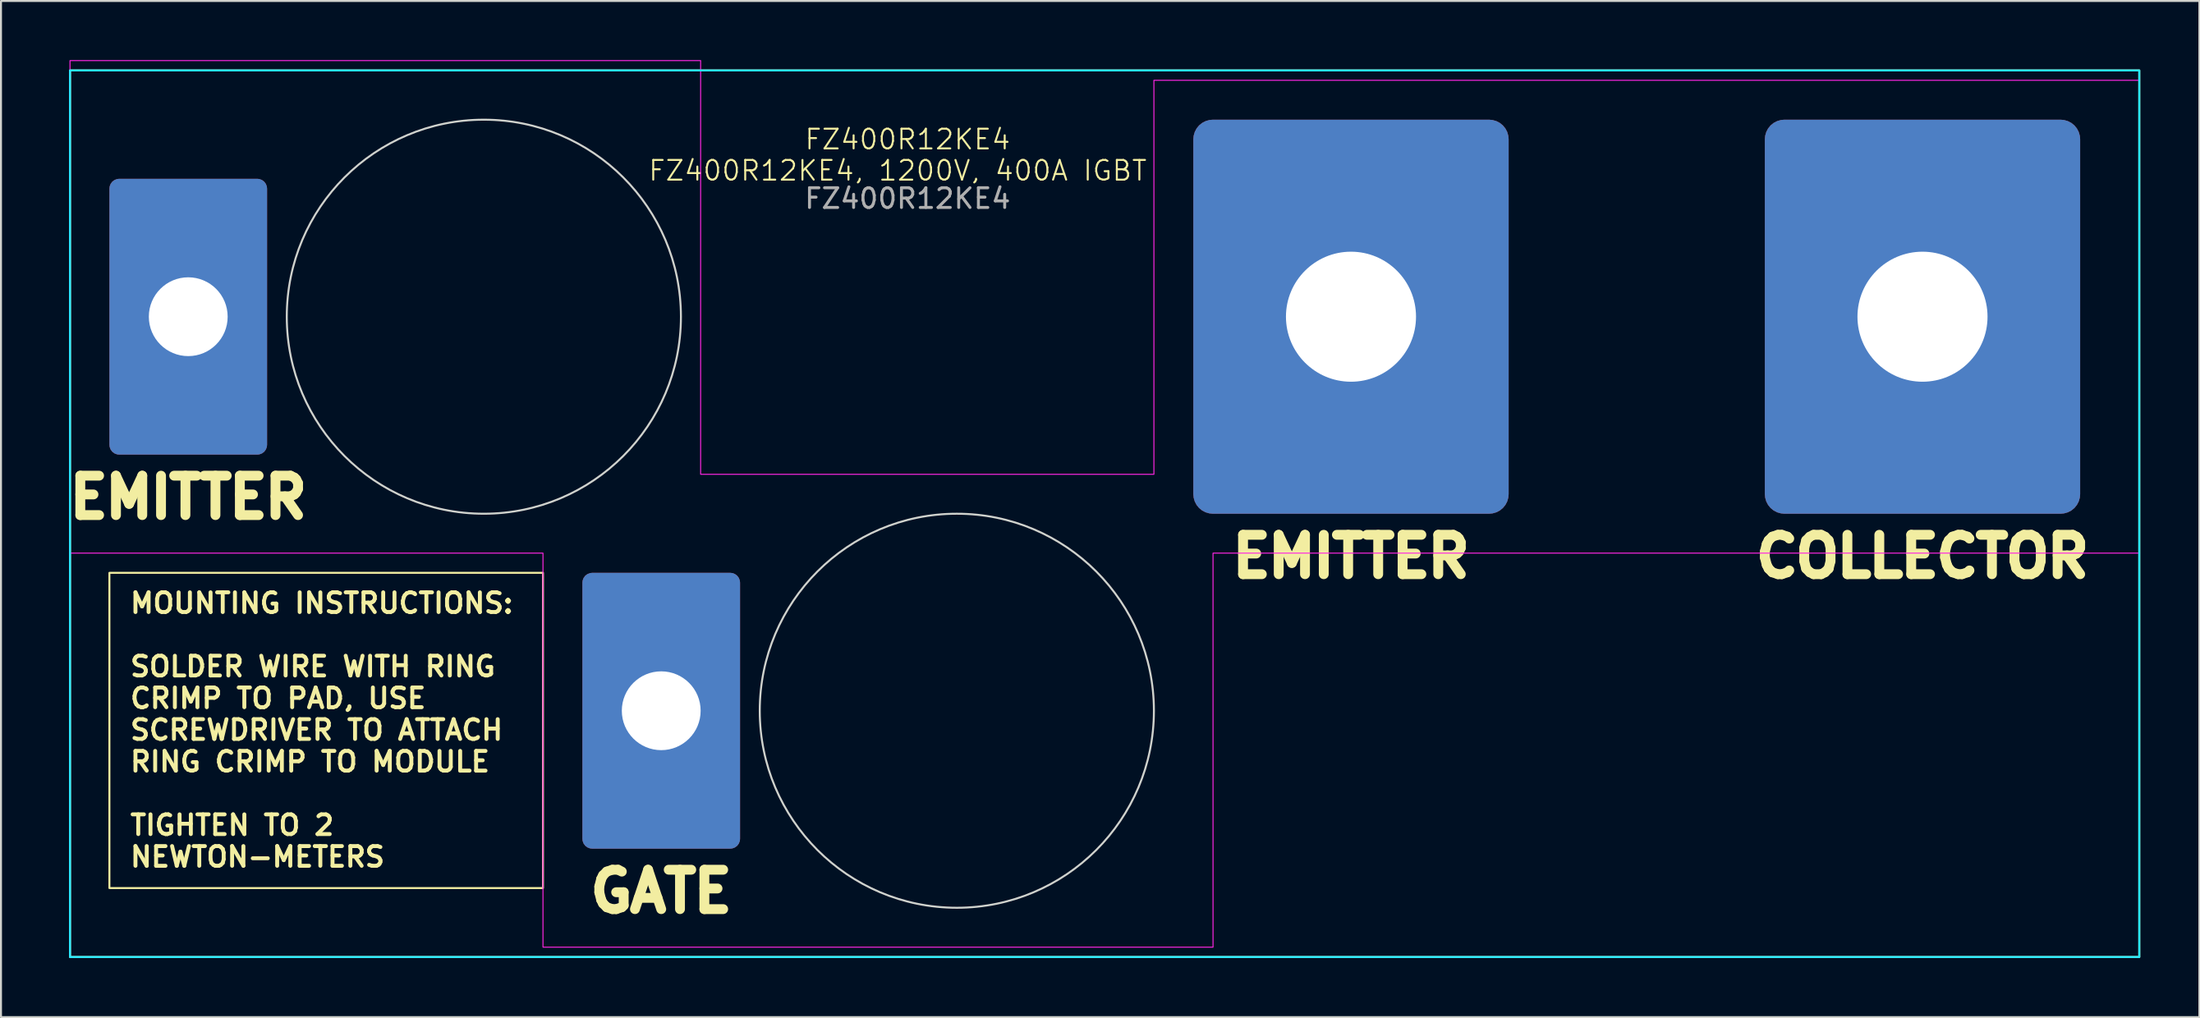
<source format=kicad_pcb>
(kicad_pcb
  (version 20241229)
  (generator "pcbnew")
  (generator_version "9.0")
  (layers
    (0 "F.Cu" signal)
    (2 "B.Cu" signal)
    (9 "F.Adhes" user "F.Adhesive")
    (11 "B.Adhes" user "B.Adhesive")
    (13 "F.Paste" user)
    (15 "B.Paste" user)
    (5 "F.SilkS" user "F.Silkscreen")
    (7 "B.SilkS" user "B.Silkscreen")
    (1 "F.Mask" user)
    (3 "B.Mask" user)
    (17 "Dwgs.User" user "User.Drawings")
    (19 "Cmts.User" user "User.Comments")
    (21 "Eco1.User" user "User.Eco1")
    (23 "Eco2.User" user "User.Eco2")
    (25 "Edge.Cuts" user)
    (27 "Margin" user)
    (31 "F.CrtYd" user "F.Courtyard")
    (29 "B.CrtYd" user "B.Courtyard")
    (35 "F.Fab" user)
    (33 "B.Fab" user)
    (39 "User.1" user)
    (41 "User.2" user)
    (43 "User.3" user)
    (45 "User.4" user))
  (footprint "FZ400R12KE4"
    (layer "F.Cu")
    (at 65.502 13.025)
    (property "Reference" "FZ400R12KE4" (at -22.5 -9 0) (unlocked yes) (layer "F.SilkS") (effects (font (size 1 1) (thickness 0.1))))
    (attr smd)
    (fp_rect (start -65 -12.5) (end 40 32.5) (stroke (width 0.1) (type default)) (fill no) (layer "F.SilkS"))
    (fp_circle (center -44 0) (end -34 0) (stroke (width 0.1) (type solid)) (fill no) (layer "Edge.Cuts"))
    (fp_circle (center -20 20) (end -10 20) (stroke (width 0.1) (type solid)) (fill no) (layer "Edge.Cuts"))
    (fp_rect (start -65 -12.5) (end 40 32.5) (stroke (width 0.1) (type solid)) (fill no) (layer "B.CrtYd"))
    (fp_poly (pts (xy -65 -13) (xy -33 -13) (xy -33 8) (xy -10 8) (xy -10 -12) (xy 40 -12) (xy 40 12) (xy -7 12) (xy -7 32) (xy -41 32) (xy -41 12) (xy -65 12)) (stroke (width 0.05) (type solid)) (fill no) (layer "F.CrtYd"))
    (fp_text user "COLLECTOR" (at 29 11 0) (unlocked yes) (layer "F.SilkS") (effects (font (size 2 2) (thickness 0.5) (bold yes)) (justify top)))
    (fp_text user "GATE" (at -35 28 0) (unlocked yes) (layer "F.SilkS") (effects (font (size 2 2) (thickness 0.5) (bold yes)) (justify top)))
    (fp_text user "EMITTER" (at -59 8 0) (unlocked yes) (layer "F.SilkS") (effects (font (size 2 2) (thickness 0.5) (bold yes)) (justify top)))
    (fp_text user "EMITTER" (at 0 11 0) (unlocked yes) (layer "F.SilkS") (effects (font (size 2 2) (thickness 0.5) (bold yes)) (justify top)))
    (fp_text user "FZ400R12KE4, 1200V, 400A IGBT" (at -23 -8 0) (unlocked yes) (layer "F.SilkS") (effects (font (size 1 1) (thickness 0.1)) (justify top)))
    (fp_text user "${REFERENCE}" (at -22.5 -6 0) (unlocked yes) (layer "F.Fab") (effects (font (size 1 1) (thickness 0.15))))
    (fp_text_box "MOUNTING INSTRUCTIONS:\n\nSOLDER WIRE WITH RING CRIMP TO PAD, USE SCREWDRIVER TO ATTACH RING CRIMP TO MODULE\n\nTIGHTEN TO 2 NEWTON-METERS" (start -63 13) (end -41 29) (margins 1.002 1.002 1.002 1.002) (layer "F.SilkS") (effects (font (size 1 1) (thickness 0.2) (bold yes)) (justify left top)) (border yes) (stroke (width 0.1) (type solid)))
    (pad "1" thru_hole roundrect (at 29 0) (size 16 20) (drill 6.6) (layers "*.Cu" "*.Mask") (roundrect_rratio 0.062))
    (pad "2" thru_hole roundrect (at 0 0) (size 16 20) (drill 6.6) (layers "*.Cu" "*.Mask") (roundrect_rratio 0.062))
    (pad "3" thru_hole roundrect (at -35 20 90) (size 14 8) (drill 4) (layers "*.Cu" "*.Mask") (roundrect_rratio 0.062))
    (pad "5" thru_hole roundrect (at -59 0 90) (size 14 8) (drill 4) (layers "*.Cu" "*.Mask") (roundrect_rratio 0.062)))
  (gr_rect
    (start -3 -3)
    (end 108.552 48.575)
    (stroke (width 0.1) (type default))
    (fill no)
    (layer "Edge.Cuts")))
</source>
